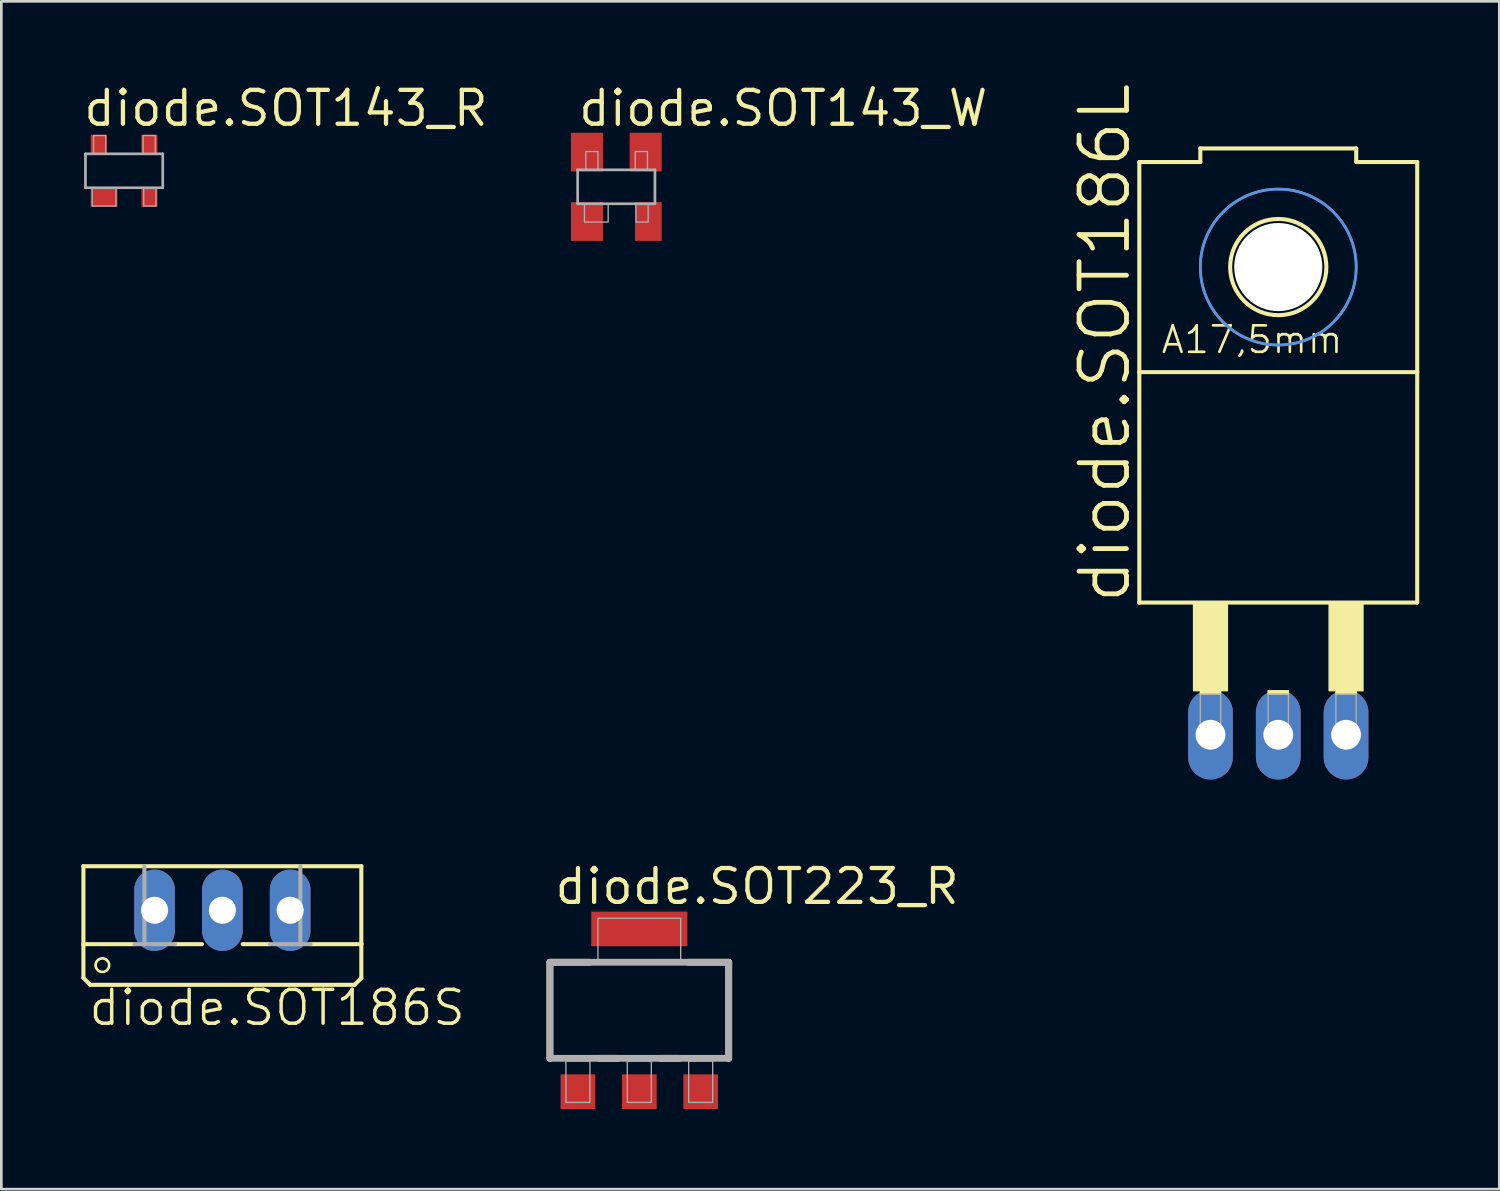
<source format=kicad_pcb>
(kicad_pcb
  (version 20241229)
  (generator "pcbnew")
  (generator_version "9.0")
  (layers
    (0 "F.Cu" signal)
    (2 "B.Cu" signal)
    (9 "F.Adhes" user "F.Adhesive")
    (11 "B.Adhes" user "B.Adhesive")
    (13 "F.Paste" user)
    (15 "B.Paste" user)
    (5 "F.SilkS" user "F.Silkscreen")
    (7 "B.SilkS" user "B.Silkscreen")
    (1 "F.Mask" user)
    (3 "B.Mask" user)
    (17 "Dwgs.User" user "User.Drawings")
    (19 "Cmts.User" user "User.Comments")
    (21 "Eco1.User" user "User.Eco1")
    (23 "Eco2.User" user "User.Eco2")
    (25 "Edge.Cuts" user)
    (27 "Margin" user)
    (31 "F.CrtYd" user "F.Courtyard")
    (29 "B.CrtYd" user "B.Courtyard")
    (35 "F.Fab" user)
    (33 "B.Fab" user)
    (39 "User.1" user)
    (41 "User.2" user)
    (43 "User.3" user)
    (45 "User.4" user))
  (footprint "diode.SOT143_W"
    (layer "F.Cu")
    (at 20.045 3.95)
    (property "Reference" "diode.SOT143_W" (at -1.5 -2.2 0) (layer "F.SilkS") (effects (font (size 1.27 1.27) (thickness 0.16)) (justify left bottom)))
    (attr smd)
    (fp_line (start -1.448 -0.635) (end 1.448 -0.635) (stroke (width 0.102) (type default)) (layer "F.Fab"))
    (fp_line (start -1.448 0.635) (end -1.448 -0.635) (stroke (width 0.102) (type default)) (layer "F.Fab"))
    (fp_line (start -1.448 0.635) (end 1.448 0.635) (stroke (width 0.102) (type default)) (layer "F.Fab"))
    (fp_line (start 1.448 0.635) (end 1.448 -0.635) (stroke (width 0.102) (type default)) (layer "F.Fab"))
    (fp_rect (start -1.194 1.321) (end -0.305 0.635) (stroke (width 0.05) (type default)) (fill no) (layer "F.Fab"))
    (fp_rect (start -1.143 -0.635) (end -0.686 -1.321) (stroke (width 0.05) (type default)) (fill no) (layer "F.Fab"))
    (fp_rect (start 0.711 -0.635) (end 1.168 -1.321) (stroke (width 0.05) (type default)) (fill no) (layer "F.Fab"))
    (fp_rect (start 0.737 1.321) (end 1.194 0.635) (stroke (width 0.05) (type default)) (fill no) (layer "F.Fab"))
    (pad "1" smd roundrect (at -1.1 1.3) (size 1.2 1.45) (layers "F.Cu" "F.Mask" "F.Paste") (roundrect_rratio 0.01))
    (pad "2" smd roundrect (at 1.2 1.3) (size 1 1.45) (layers "F.Cu" "F.Mask" "F.Paste") (roundrect_rratio 0.01))
    (pad "3" smd roundrect (at 1.1 -1.3) (size 1.2 1.45) (layers "F.Cu" "F.Mask" "F.Paste") (roundrect_rratio 0.01))
    (pad "4" smd roundrect (at -1.1 -1.3) (size 1.2 1.45) (layers "F.Cu" "F.Mask" "F.Paste") (roundrect_rratio 0.01)))
  (footprint "diode.SOT223_R"
    (layer "F.Cu")
    (at 20.907 34.81)
    (property "Reference" "diode.SOT223_R" (at -3.25 -3.9 0) (layer "F.SilkS") (effects (font (size 1.27 1.27) (thickness 0.16)) (justify left bottom)))
    (attr smd)
    (fp_line (start -3.35 -1.8) (end -1.85 -1.8) (stroke (width 0.254) (type default)) (layer "F.SilkS"))
    (fp_line (start -3.35 1.8) (end -3.35 -1.8) (stroke (width 0.254) (type default)) (layer "F.SilkS"))
    (fp_line (start -1.5 1.8) (end -0.8 1.8) (stroke (width 0.254) (type default)) (layer "F.SilkS"))
    (fp_line (start 0.8 1.8) (end 1.5 1.8) (stroke (width 0.254) (type default)) (layer "F.SilkS"))
    (fp_line (start 3.35 -1.8) (end 1.85 -1.8) (stroke (width 0.254) (type default)) (layer "F.SilkS"))
    (fp_line (start 3.35 1.8) (end 3.35 -1.8) (stroke (width 0.254) (type default)) (layer "F.SilkS"))
    (fp_line (start -3.35 -1.8) (end -3.35 1.8) (stroke (width 0.254) (type default)) (layer "F.Fab"))
    (fp_line (start -3.35 1.8) (end 3.35 1.8) (stroke (width 0.254) (type default)) (layer "F.Fab"))
    (fp_line (start 3.35 -1.8) (end -3.35 -1.8) (stroke (width 0.254) (type default)) (layer "F.Fab"))
    (fp_line (start 3.35 1.8) (end 3.35 -1.8) (stroke (width 0.254) (type default)) (layer "F.Fab"))
    (fp_rect (start -2.75 3.45) (end -1.85 1.9) (stroke (width 0.05) (type default)) (fill no) (layer "F.Fab"))
    (fp_rect (start -1.55 -1.9) (end 1.55 -3.45) (stroke (width 0.05) (type default)) (fill no) (layer "F.Fab"))
    (fp_rect (start -0.45 3.45) (end 0.45 1.9) (stroke (width 0.05) (type default)) (fill no) (layer "F.Fab"))
    (fp_rect (start 1.85 3.45) (end 2.75 1.9) (stroke (width 0.05) (type default)) (fill no) (layer "F.Fab"))
    (pad "1" smd roundrect (at -2.3 3.05) (size 1.3 1.3) (layers "F.Cu" "F.Mask" "F.Paste") (roundrect_rratio 0.01))
    (pad "2" smd roundrect (at 0 3.05) (size 1.3 1.3) (layers "F.Cu" "F.Mask" "F.Paste") (roundrect_rratio 0.01))
    (pad "3" smd roundrect (at 2.3 3.05) (size 1.3 1.3) (layers "F.Cu" "F.Mask" "F.Paste") (roundrect_rratio 0.01))
    (pad "4" smd roundrect (at 0 -3.05) (size 3.6 1.3) (layers "F.Cu" "F.Mask" "F.Paste") (roundrect_rratio 0.01)))
  (footprint "diode.SOT186L"
    (layer "F.Cu")
    (at 44.851 18.134)
    (property "Reference" "diode.SOT186L" (at -5.461 1.524 90) (layer "F.SilkS") (effects (font (size 1.778 1.778) (thickness 0.18)) (justify left bottom)))
    (attr through_hole)
    (fp_line (start -5.207 -15.113) (end -2.921 -15.113) (stroke (width 0.152) (type default)) (layer "F.SilkS"))
    (fp_line (start -5.207 -7.239) (end -5.207 -15.113) (stroke (width 0.152) (type default)) (layer "F.SilkS"))
    (fp_line (start -5.207 -7.239) (end 5.207 -7.239) (stroke (width 0.152) (type default)) (layer "F.SilkS"))
    (fp_line (start -5.207 1.397) (end -5.207 -7.239) (stroke (width 0.152) (type default)) (layer "F.SilkS"))
    (fp_line (start -5.207 1.397) (end 5.207 1.397) (stroke (width 0.152) (type default)) (layer "F.SilkS"))
    (fp_line (start -2.921 -15.621) (end -2.921 -15.113) (stroke (width 0.152) (type default)) (layer "F.SilkS"))
    (fp_line (start -2.921 -15.621) (end 2.921 -15.621) (stroke (width 0.152) (type default)) (layer "F.SilkS"))
    (fp_line (start 2.921 -15.621) (end 2.921 -15.113) (stroke (width 0.152) (type default)) (layer "F.SilkS"))
    (fp_line (start 5.207 -15.113) (end 2.921 -15.113) (stroke (width 0.152) (type default)) (layer "F.SilkS"))
    (fp_line (start 5.207 -7.239) (end 5.207 -15.113) (stroke (width 0.152) (type default)) (layer "F.SilkS"))
    (fp_line (start 5.207 1.397) (end 5.207 -7.239) (stroke (width 0.152) (type default)) (layer "F.SilkS"))
    (fp_rect (start -3.175 4.699) (end -1.905 1.397) (stroke (width 0.05) (type default)) (fill yes) (layer "F.SilkS"))
    (fp_rect (start -2.921 4.826) (end -2.159 4.699) (stroke (width 0.05) (type default)) (fill yes) (layer "F.SilkS"))
    (fp_rect (start -0.381 4.826) (end 0.381 4.699) (stroke (width 0.05) (type default)) (fill yes) (layer "F.SilkS"))
    (fp_rect (start 1.905 4.699) (end 3.175 1.397) (stroke (width 0.05) (type default)) (fill yes) (layer "F.SilkS"))
    (fp_rect (start 2.159 4.826) (end 2.921 4.699) (stroke (width 0.05) (type default)) (fill yes) (layer "F.SilkS"))
    (fp_circle (center 0 -11.176) (end 1.803 -11.176) (stroke (width 0.152) (type default)) (fill no) (layer "F.SilkS"))
    (fp_circle (center 0 -11.176) (end 2.921 -11.176) (stroke (width 0.1) (type default)) (fill no) (layer "Cmts.User"))
    (fp_circle (center 0 -11.176) (end 2.921 -11.176) (stroke (width 0.1) (type default)) (fill no) (layer "Cmts.User"))
    (fp_rect (start -2.921 6.477) (end -2.159 4.826) (stroke (width 0.05) (type default)) (fill no) (layer "F.Fab"))
    (fp_rect (start -0.381 6.477) (end 0.381 4.826) (stroke (width 0.05) (type default)) (fill no) (layer "F.Fab"))
    (fp_rect (start 2.159 6.477) (end 2.921 4.826) (stroke (width 0.05) (type default)) (fill no) (layer "F.Fab"))
    (fp_text user "A17,5mm" (at -4.445 -7.874 0) (layer "F.SilkS") (effects (font (size 0.991 0.991) (thickness 0.1)) (justify left bottom)))
    (pad "" np_thru_hole circle (at 0 -11.176) (size 3.302 3.302) (drill 3.302) (layers "*.Cu" "*.Mask"))
    (pad "A1" thru_hole oval (at -2.54 6.35 90) (size 3.353 1.676) (drill 1.118) (layers "*.Cu" "*.Mask"))
    (pad "A2" thru_hole oval (at 2.54 6.35 90) (size 3.353 1.676) (drill 1.118) (layers "*.Cu" "*.Mask"))
    (pad "C" thru_hole oval (at 0 6.35 90) (size 3.353 1.676) (drill 1.118) (layers "*.Cu" "*.Mask")))
  (footprint "diode.SOT143_R"
    (layer "F.Cu")
    (at 1.6 3.35)
    (property "Reference" "diode.SOT143_R" (at -1.6 -1.6 0) (layer "F.SilkS") (effects (font (size 1.27 1.27) (thickness 0.16)) (justify left bottom)))
    (attr smd)
    (fp_line (start -1.448 -0.635) (end 1.448 -0.635) (stroke (width 0.102) (type default)) (layer "F.Fab"))
    (fp_line (start -1.448 0.635) (end -1.448 -0.635) (stroke (width 0.102) (type default)) (layer "F.Fab"))
    (fp_line (start -1.448 0.635) (end 1.448 0.635) (stroke (width 0.102) (type default)) (layer "F.Fab"))
    (fp_line (start 1.448 0.635) (end 1.448 -0.635) (stroke (width 0.102) (type default)) (layer "F.Fab"))
    (fp_rect (start -1.194 1.321) (end -0.305 0.635) (stroke (width 0.05) (type default)) (fill no) (layer "F.Fab"))
    (fp_rect (start -1.143 -0.635) (end -0.686 -1.321) (stroke (width 0.05) (type default)) (fill no) (layer "F.Fab"))
    (fp_rect (start 0.711 -0.635) (end 1.168 -1.321) (stroke (width 0.05) (type default)) (fill no) (layer "F.Fab"))
    (fp_rect (start 0.737 1.321) (end 1.194 0.635) (stroke (width 0.05) (type default)) (fill no) (layer "F.Fab"))
    (pad "1" smd roundrect (at -0.75 1) (size 1 0.7) (layers "F.Cu" "F.Mask" "F.Paste") (roundrect_rratio 0.01))
    (pad "2" smd roundrect (at 0.95 1) (size 0.6 0.7) (layers "F.Cu" "F.Mask" "F.Paste") (roundrect_rratio 0.01))
    (pad "3" smd roundrect (at 0.95 -1) (size 0.6 0.7) (layers "F.Cu" "F.Mask" "F.Paste") (roundrect_rratio 0.01))
    (pad "4" smd roundrect (at -0.95 -1) (size 0.6 0.7) (layers "F.Cu" "F.Mask" "F.Paste") (roundrect_rratio 0.01)))
  (footprint "diode.SOT186S"
    (layer "F.Cu")
    (at 5.283 29.41)
    (property "Reference" "diode.SOT186S" (at -5.08 6.045 0) (layer "F.SilkS") (effects (font (size 1.27 1.27) (thickness 0.13)) (justify left bottom)))
    (attr through_hole)
    (fp_line (start -5.207 2.921) (end -5.207 0) (stroke (width 0.152) (type default)) (layer "F.SilkS"))
    (fp_line (start -5.207 2.921) (end -3.302 2.921) (stroke (width 0.152) (type default)) (layer "F.SilkS"))
    (fp_line (start -5.207 4.191) (end -5.207 2.921) (stroke (width 0.152) (type default)) (layer "F.SilkS"))
    (fp_line (start -5.207 4.191) (end -4.953 4.445) (stroke (width 0.152) (type default)) (layer "F.SilkS"))
    (fp_line (start -1.778 2.921) (end -0.762 2.921) (stroke (width 0.152) (type default)) (layer "F.SilkS"))
    (fp_line (start 0.762 2.921) (end 1.778 2.921) (stroke (width 0.152) (type default)) (layer "F.SilkS"))
    (fp_line (start 4.953 4.445) (end -4.953 4.445) (stroke (width 0.152) (type default)) (layer "F.SilkS"))
    (fp_line (start 4.953 4.445) (end 5.207 4.191) (stroke (width 0.152) (type default)) (layer "F.SilkS"))
    (fp_line (start 5.207 0) (end -5.207 0) (stroke (width 0.152) (type default)) (layer "F.SilkS"))
    (fp_line (start 5.207 2.921) (end 3.302 2.921) (stroke (width 0.152) (type default)) (layer "F.SilkS"))
    (fp_line (start 5.207 2.921) (end 5.207 0) (stroke (width 0.152) (type default)) (layer "F.SilkS"))
    (fp_line (start 5.207 4.191) (end 5.207 2.921) (stroke (width 0.152) (type default)) (layer "F.SilkS"))
    (fp_circle (center -4.496 3.708) (end -4.242 3.708) (stroke (width 0.1) (type default)) (fill no) (layer "F.SilkS"))
    (fp_line (start -3.302 2.921) (end -2.921 2.921) (stroke (width 0.152) (type default)) (layer "F.Fab"))
    (fp_line (start -2.921 2.921) (end -2.921 0) (stroke (width 0.152) (type default)) (layer "F.Fab"))
    (fp_line (start -2.921 2.921) (end -1.778 2.921) (stroke (width 0.152) (type default)) (layer "F.Fab"))
    (fp_line (start 2.921 2.921) (end 1.778 2.921) (stroke (width 0.152) (type default)) (layer "F.Fab"))
    (fp_line (start 2.921 2.921) (end 2.921 0) (stroke (width 0.152) (type default)) (layer "F.Fab"))
    (fp_line (start 3.302 2.921) (end 2.921 2.921) (stroke (width 0.152) (type default)) (layer "F.Fab"))
    (pad "A1" thru_hole oval (at -2.54 1.651 90) (size 3.048 1.524) (drill 1.016) (layers "*.Cu" "*.Mask"))
    (pad "A2" thru_hole oval (at 2.54 1.651 90) (size 3.048 1.524) (drill 1.016) (layers "*.Cu" "*.Mask"))
    (pad "C" thru_hole oval (at 0 1.651 90) (size 3.048 1.524) (drill 1.016) (layers "*.Cu" "*.Mask")))
  (gr_rect
    (start -3 -3)
    (end 53.134 41.51)
    (stroke (width 0.1) (type default))
    (fill no)
    (layer "Edge.Cuts")))
</source>
